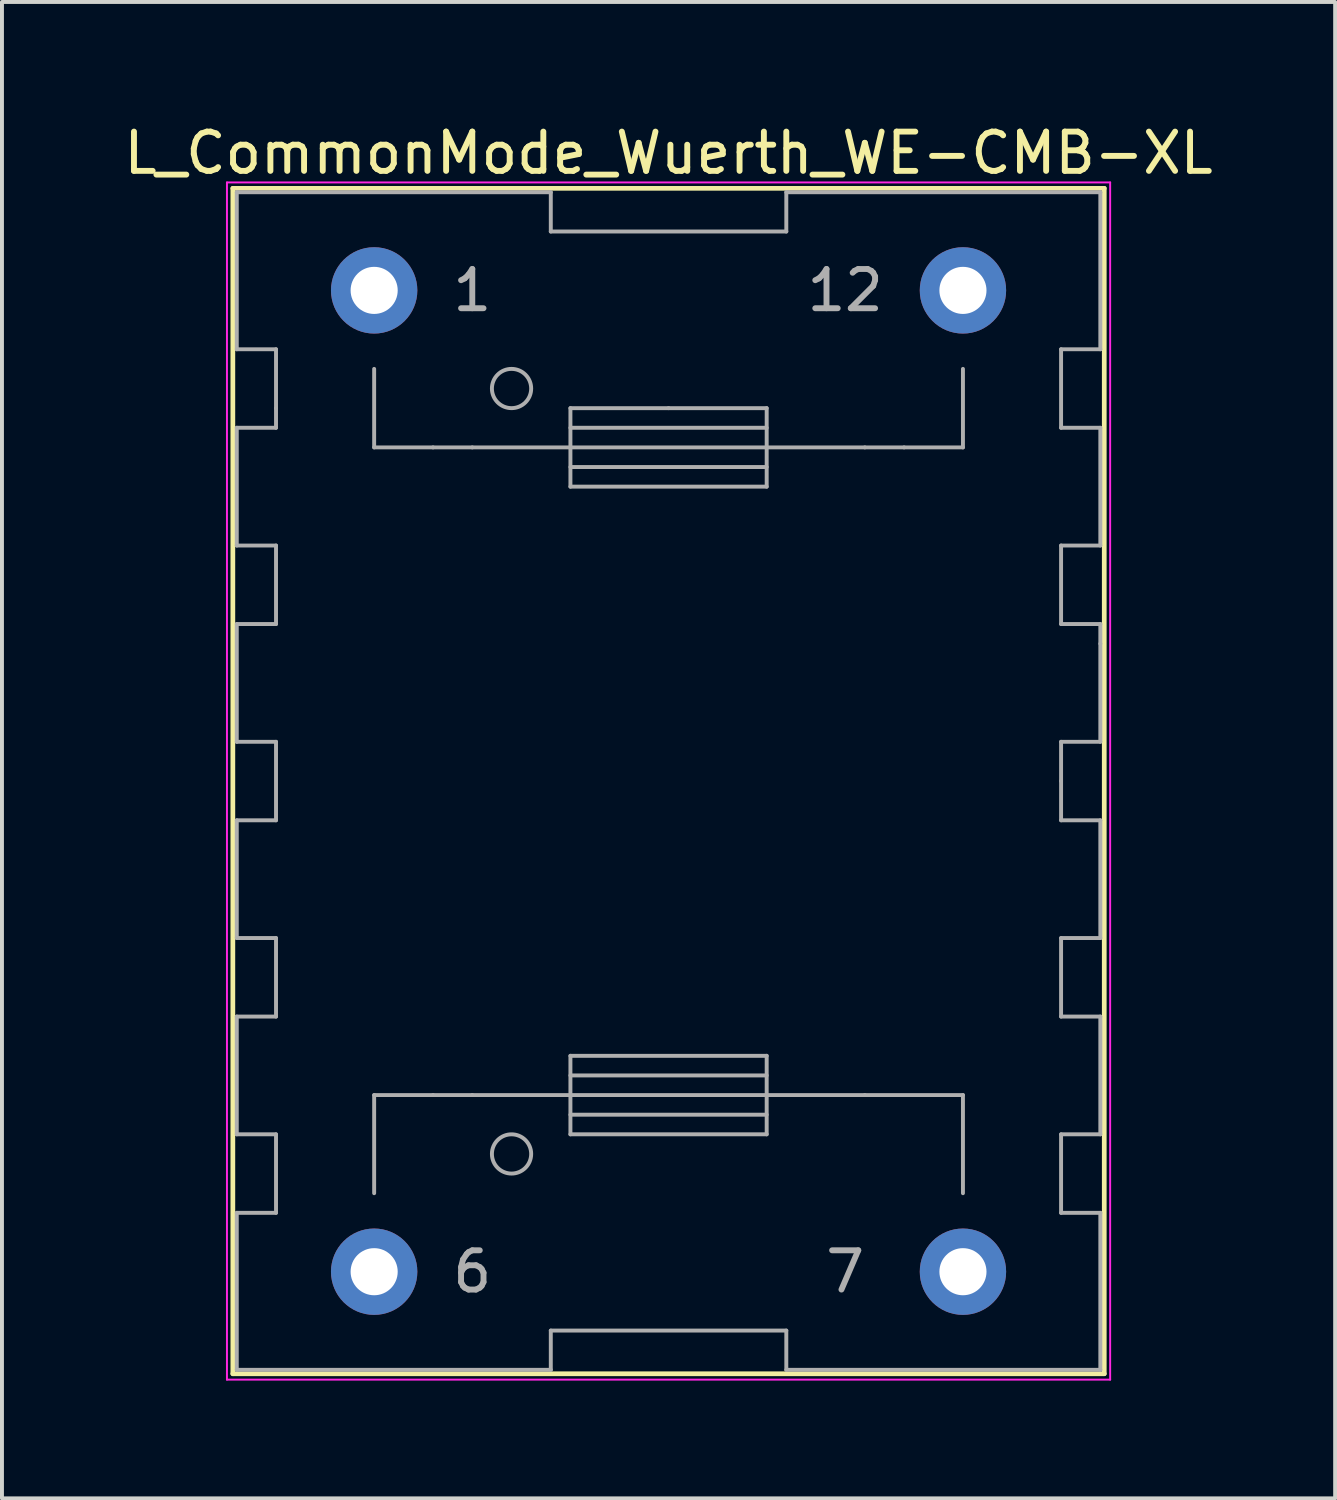
<source format=kicad_pcb>
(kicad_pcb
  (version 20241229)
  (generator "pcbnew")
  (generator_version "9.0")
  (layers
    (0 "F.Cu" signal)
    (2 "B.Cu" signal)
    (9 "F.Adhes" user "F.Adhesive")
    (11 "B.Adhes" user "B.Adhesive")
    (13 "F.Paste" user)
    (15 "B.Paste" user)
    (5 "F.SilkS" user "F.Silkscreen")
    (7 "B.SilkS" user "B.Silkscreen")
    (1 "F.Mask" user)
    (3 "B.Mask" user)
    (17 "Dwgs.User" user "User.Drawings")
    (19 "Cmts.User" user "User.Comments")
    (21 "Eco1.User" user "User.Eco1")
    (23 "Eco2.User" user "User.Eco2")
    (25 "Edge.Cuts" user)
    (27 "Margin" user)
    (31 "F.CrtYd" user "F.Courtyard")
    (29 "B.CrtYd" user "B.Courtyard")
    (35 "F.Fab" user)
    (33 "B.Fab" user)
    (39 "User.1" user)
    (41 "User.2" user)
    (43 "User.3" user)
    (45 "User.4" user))
  (footprint "L_CommonMode_Wuerth_WE-CMB-XL"
    (layer "F.Cu")
    (at 6.482 4.348)
    (property "Reference" "L_CommonMode_Wuerth_WE-CMB-XL" (at 7.5 -3.5 0) (layer "F.SilkS") (effects (font (size 1 1) (thickness 0.15))))
    (attr through_hole)
    (fp_line (start -3.6 -2.6) (end -3.6 27.6) (stroke (width 0.12) (type solid)) (layer "F.SilkS"))
    (fp_line (start -3.6 27.6) (end 18.6 27.6) (stroke (width 0.12) (type solid)) (layer "F.SilkS"))
    (fp_line (start 18.6 -2.6) (end -3.6 -2.6) (stroke (width 0.12) (type solid)) (layer "F.SilkS"))
    (fp_line (start 18.6 27.6) (end 18.6 -2.6) (stroke (width 0.12) (type solid)) (layer "F.SilkS"))
    (fp_line (start -3.75 -2.75) (end 18.75 -2.75) (stroke (width 0.05) (type solid)) (layer "F.CrtYd"))
    (fp_line (start -3.75 27.75) (end -3.75 -2.75) (stroke (width 0.05) (type solid)) (layer "F.CrtYd"))
    (fp_line (start 18.75 -2.75) (end 18.75 27.75) (stroke (width 0.05) (type solid)) (layer "F.CrtYd"))
    (fp_line (start 18.75 27.75) (end -3.75 27.75) (stroke (width 0.05) (type solid)) (layer "F.CrtYd"))
    (fp_line (start -3.5 -2.5) (end -3.5 1.5) (stroke (width 0.1) (type solid)) (layer "F.Fab"))
    (fp_line (start -3.5 1.5) (end -2.5 1.5) (stroke (width 0.1) (type solid)) (layer "F.Fab"))
    (fp_line (start -3.5 3.5) (end -3.5 6.5) (stroke (width 0.1) (type solid)) (layer "F.Fab"))
    (fp_line (start -3.5 6.5) (end -2.5 6.5) (stroke (width 0.1) (type solid)) (layer "F.Fab"))
    (fp_line (start -3.5 8.5) (end -3.5 11.5) (stroke (width 0.1) (type solid)) (layer "F.Fab"))
    (fp_line (start -3.5 11.5) (end -2.5 11.5) (stroke (width 0.1) (type solid)) (layer "F.Fab"))
    (fp_line (start -3.5 13.5) (end -3.5 16.5) (stroke (width 0.1) (type solid)) (layer "F.Fab"))
    (fp_line (start -3.5 16.5) (end -2.5 16.5) (stroke (width 0.1) (type solid)) (layer "F.Fab"))
    (fp_line (start -3.5 18.5) (end -3.5 21.5) (stroke (width 0.1) (type solid)) (layer "F.Fab"))
    (fp_line (start -3.5 21.5) (end -2.5 21.5) (stroke (width 0.1) (type solid)) (layer "F.Fab"))
    (fp_line (start -3.5 23.5) (end -3.5 27.5) (stroke (width 0.1) (type solid)) (layer "F.Fab"))
    (fp_line (start -2.5 1.5) (end -2.5 3) (stroke (width 0.1) (type solid)) (layer "F.Fab"))
    (fp_line (start -2.5 3) (end -2.5 3.5) (stroke (width 0.1) (type solid)) (layer "F.Fab"))
    (fp_line (start -2.5 3.5) (end -3.5 3.5) (stroke (width 0.1) (type solid)) (layer "F.Fab"))
    (fp_line (start -2.5 6.5) (end -2.5 8.5) (stroke (width 0.1) (type solid)) (layer "F.Fab"))
    (fp_line (start -2.5 8.5) (end -3.5 8.5) (stroke (width 0.1) (type solid)) (layer "F.Fab"))
    (fp_line (start -2.5 11.5) (end -2.5 13.5) (stroke (width 0.1) (type solid)) (layer "F.Fab"))
    (fp_line (start -2.5 13.5) (end -3.5 13.5) (stroke (width 0.1) (type solid)) (layer "F.Fab"))
    (fp_line (start -2.5 16.5) (end -2.5 18.5) (stroke (width 0.1) (type solid)) (layer "F.Fab"))
    (fp_line (start -2.5 18.5) (end -3.5 18.5) (stroke (width 0.1) (type solid)) (layer "F.Fab"))
    (fp_line (start -2.5 21.5) (end -2.5 23.5) (stroke (width 0.1) (type solid)) (layer "F.Fab"))
    (fp_line (start -2.5 23.5) (end -3.5 23.5) (stroke (width 0.1) (type solid)) (layer "F.Fab"))
    (fp_line (start 0 4) (end 0 2) (stroke (width 0.1) (type solid)) (layer "F.Fab"))
    (fp_line (start 0 20.5) (end 0 23) (stroke (width 0.1) (type solid)) (layer "F.Fab"))
    (fp_line (start 1.5 4) (end 0 4) (stroke (width 0.1) (type solid)) (layer "F.Fab"))
    (fp_line (start 1.5 20.5) (end 0 20.5) (stroke (width 0.1) (type solid)) (layer "F.Fab"))
    (fp_line (start 2.5 4) (end 1.5 4) (stroke (width 0.1) (type solid)) (layer "F.Fab"))
    (fp_line (start 2.5 20.5) (end 1.5 20.5) (stroke (width 0.1) (type solid)) (layer "F.Fab"))
    (fp_line (start 2.5 20.5) (end 5 20.5) (stroke (width 0.1) (type solid)) (layer "F.Fab"))
    (fp_line (start 4.5 -2.5) (end -3.5 -2.5) (stroke (width 0.1) (type solid)) (layer "F.Fab"))
    (fp_line (start 4.5 -1.5) (end 4.5 -2.5) (stroke (width 0.1) (type solid)) (layer "F.Fab"))
    (fp_line (start 4.5 26.5) (end 4.5 27.5) (stroke (width 0.1) (type solid)) (layer "F.Fab"))
    (fp_line (start 4.5 27.5) (end -3.5 27.5) (stroke (width 0.1) (type solid)) (layer "F.Fab"))
    (fp_line (start 5 3) (end 7.5 3) (stroke (width 0.1) (type solid)) (layer "F.Fab"))
    (fp_line (start 5 4) (end 2.5 4) (stroke (width 0.1) (type solid)) (layer "F.Fab"))
    (fp_line (start 5 4) (end 10 4) (stroke (width 0.1) (type solid)) (layer "F.Fab"))
    (fp_line (start 5 4.5) (end 10 4.5) (stroke (width 0.1) (type solid)) (layer "F.Fab"))
    (fp_line (start 5 5) (end 5 3) (stroke (width 0.1) (type solid)) (layer "F.Fab"))
    (fp_line (start 5 19.5) (end 10 19.5) (stroke (width 0.1) (type solid)) (layer "F.Fab"))
    (fp_line (start 5 21) (end 10 21) (stroke (width 0.1) (type solid)) (layer "F.Fab"))
    (fp_line (start 5 21.5) (end 5 19.5) (stroke (width 0.1) (type solid)) (layer "F.Fab"))
    (fp_line (start 7.5 3) (end 10 3) (stroke (width 0.1) (type solid)) (layer "F.Fab"))
    (fp_line (start 10 3) (end 10 5) (stroke (width 0.1) (type solid)) (layer "F.Fab"))
    (fp_line (start 10 3.5) (end 5 3.5) (stroke (width 0.1) (type solid)) (layer "F.Fab"))
    (fp_line (start 10 4) (end 12.5 4) (stroke (width 0.1) (type solid)) (layer "F.Fab"))
    (fp_line (start 10 5) (end 5 5) (stroke (width 0.1) (type solid)) (layer "F.Fab"))
    (fp_line (start 10 19.5) (end 10 21.5) (stroke (width 0.1) (type solid)) (layer "F.Fab"))
    (fp_line (start 10 20) (end 5 20) (stroke (width 0.1) (type solid)) (layer "F.Fab"))
    (fp_line (start 10 20.5) (end 5 20.5) (stroke (width 0.1) (type solid)) (layer "F.Fab"))
    (fp_line (start 10 21.5) (end 5 21.5) (stroke (width 0.1) (type solid)) (layer "F.Fab"))
    (fp_line (start 10.5 -2.5) (end 10.5 -1.5) (stroke (width 0.1) (type solid)) (layer "F.Fab"))
    (fp_line (start 10.5 -1.5) (end 4.5 -1.5) (stroke (width 0.1) (type solid)) (layer "F.Fab"))
    (fp_line (start 10.5 26.5) (end 4.5 26.5) (stroke (width 0.1) (type solid)) (layer "F.Fab"))
    (fp_line (start 10.5 27.5) (end 10.5 26.5) (stroke (width 0.1) (type solid)) (layer "F.Fab"))
    (fp_line (start 12.5 4) (end 13.5 4) (stroke (width 0.1) (type solid)) (layer "F.Fab"))
    (fp_line (start 12.5 20.5) (end 10 20.5) (stroke (width 0.1) (type solid)) (layer "F.Fab"))
    (fp_line (start 12.5 20.5) (end 15 20.5) (stroke (width 0.1) (type solid)) (layer "F.Fab"))
    (fp_line (start 13.5 4) (end 15 4) (stroke (width 0.1) (type solid)) (layer "F.Fab"))
    (fp_line (start 15 4) (end 15 2) (stroke (width 0.1) (type solid)) (layer "F.Fab"))
    (fp_line (start 15 20.5) (end 15 23) (stroke (width 0.1) (type solid)) (layer "F.Fab"))
    (fp_line (start 17.5 1.5) (end 18.5 1.5) (stroke (width 0.1) (type solid)) (layer "F.Fab"))
    (fp_line (start 17.5 3.5) (end 17.5 1.5) (stroke (width 0.1) (type solid)) (layer "F.Fab"))
    (fp_line (start 17.5 6.5) (end 18.5 6.5) (stroke (width 0.1) (type solid)) (layer "F.Fab"))
    (fp_line (start 17.5 8.5) (end 17.5 6.5) (stroke (width 0.1) (type solid)) (layer "F.Fab"))
    (fp_line (start 17.5 11.5) (end 18.5 11.5) (stroke (width 0.1) (type solid)) (layer "F.Fab"))
    (fp_line (start 17.5 12.5) (end 17.5 11.5) (stroke (width 0.1) (type solid)) (layer "F.Fab"))
    (fp_line (start 17.5 12.5) (end 17.5 13.5) (stroke (width 0.1) (type solid)) (layer "F.Fab"))
    (fp_line (start 17.5 13.5) (end 18.5 13.5) (stroke (width 0.1) (type solid)) (layer "F.Fab"))
    (fp_line (start 17.5 16.5) (end 17.5 18.5) (stroke (width 0.1) (type solid)) (layer "F.Fab"))
    (fp_line (start 17.5 18.5) (end 18.5 18.5) (stroke (width 0.1) (type solid)) (layer "F.Fab"))
    (fp_line (start 17.5 21.5) (end 17.5 23.5) (stroke (width 0.1) (type solid)) (layer "F.Fab"))
    (fp_line (start 17.5 23.5) (end 18.5 23.5) (stroke (width 0.1) (type solid)) (layer "F.Fab"))
    (fp_line (start 18.5 -2.5) (end 10.5 -2.5) (stroke (width 0.1) (type solid)) (layer "F.Fab"))
    (fp_line (start 18.5 1.5) (end 18.5 -2.5) (stroke (width 0.1) (type solid)) (layer "F.Fab"))
    (fp_line (start 18.5 3.5) (end 17.5 3.5) (stroke (width 0.1) (type solid)) (layer "F.Fab"))
    (fp_line (start 18.5 6.5) (end 18.5 3.5) (stroke (width 0.1) (type solid)) (layer "F.Fab"))
    (fp_line (start 18.5 8.5) (end 17.5 8.5) (stroke (width 0.1) (type solid)) (layer "F.Fab"))
    (fp_line (start 18.5 9) (end 18.5 8.5) (stroke (width 0.1) (type solid)) (layer "F.Fab"))
    (fp_line (start 18.5 11.5) (end 18.5 9) (stroke (width 0.1) (type solid)) (layer "F.Fab"))
    (fp_line (start 18.5 13.5) (end 18.5 16.5) (stroke (width 0.1) (type solid)) (layer "F.Fab"))
    (fp_line (start 18.5 16.5) (end 17.5 16.5) (stroke (width 0.1) (type solid)) (layer "F.Fab"))
    (fp_line (start 18.5 18.5) (end 18.5 21.5) (stroke (width 0.1) (type solid)) (layer "F.Fab"))
    (fp_line (start 18.5 21.5) (end 17.5 21.5) (stroke (width 0.1) (type solid)) (layer "F.Fab"))
    (fp_line (start 18.5 23.5) (end 18.5 27.5) (stroke (width 0.1) (type solid)) (layer "F.Fab"))
    (fp_line (start 18.5 27.5) (end 10.5 27.5) (stroke (width 0.1) (type solid)) (layer "F.Fab"))
    (fp_circle (center 3.5 2.5) (end 4 2.5) (stroke (width 0.1) (type solid)) (fill no) (layer "F.Fab"))
    (fp_circle (center 3.5 22) (end 4 22) (stroke (width 0.1) (type solid)) (fill no) (layer "F.Fab"))
    (fp_text user "12" (at 12 0 0) (layer "F.Fab") (effects (font (size 1 1) (thickness 0.15))))
    (fp_text user "6" (at 2.5 25 0) (layer "F.Fab") (effects (font (size 1 1) (thickness 0.15))))
    (fp_text user "7" (at 12 25 0) (layer "F.Fab") (effects (font (size 1 1) (thickness 0.15))))
    (fp_text user "1" (at 2.5 0 0) (layer "F.Fab") (effects (font (size 1 1) (thickness 0.15))))
    (pad "1" thru_hole circle (at 0 0) (size 2.2 2.2) (drill 1.2) (layers "*.Cu" "*.Mask"))
    (pad "6" thru_hole circle (at 0 25) (size 2.2 2.2) (drill 1.2) (layers "*.Cu" "*.Mask"))
    (pad "7" thru_hole circle (at 15 25) (size 2.2 2.2) (drill 1.2) (layers "*.Cu" "*.Mask"))
    (pad "12" thru_hole circle (at 15 0) (size 2.2 2.2) (drill 1.2) (layers "*.Cu" "*.Mask")))
  (gr_rect
    (start -3 -3)
    (end 30.964 35.123)
    (stroke (width 0.1) (type default))
    (fill no)
    (layer "Edge.Cuts")))
</source>
